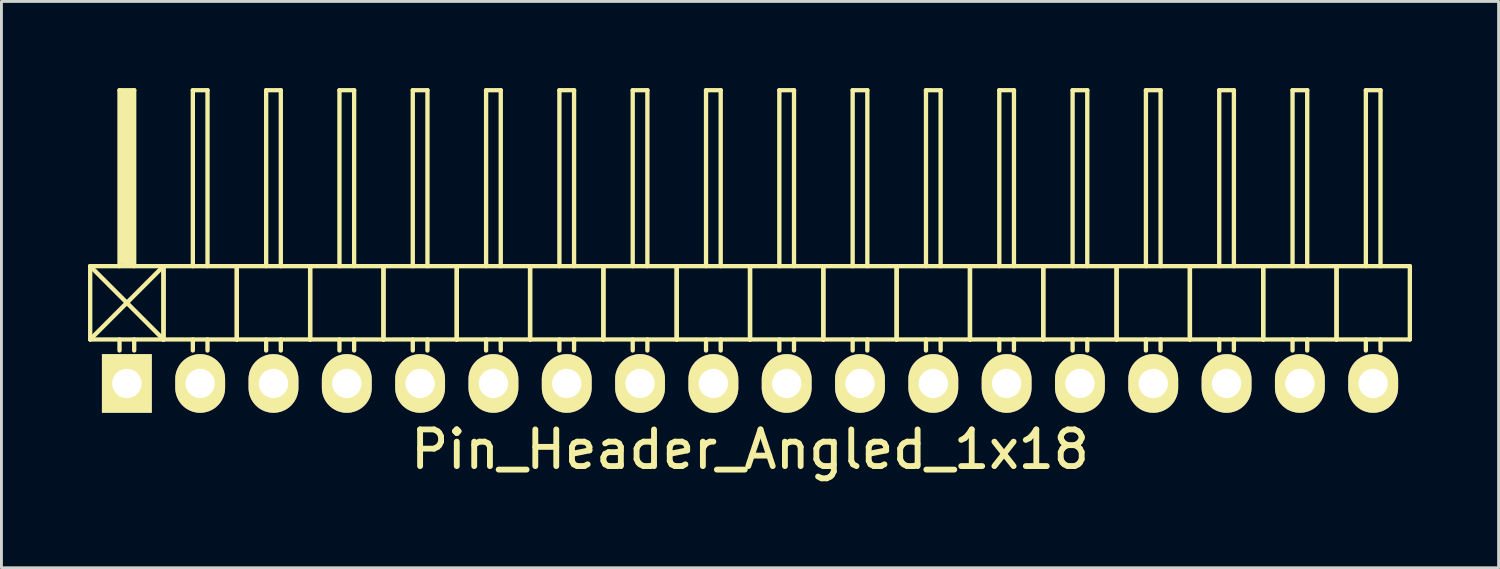
<source format=kicad_pcb>
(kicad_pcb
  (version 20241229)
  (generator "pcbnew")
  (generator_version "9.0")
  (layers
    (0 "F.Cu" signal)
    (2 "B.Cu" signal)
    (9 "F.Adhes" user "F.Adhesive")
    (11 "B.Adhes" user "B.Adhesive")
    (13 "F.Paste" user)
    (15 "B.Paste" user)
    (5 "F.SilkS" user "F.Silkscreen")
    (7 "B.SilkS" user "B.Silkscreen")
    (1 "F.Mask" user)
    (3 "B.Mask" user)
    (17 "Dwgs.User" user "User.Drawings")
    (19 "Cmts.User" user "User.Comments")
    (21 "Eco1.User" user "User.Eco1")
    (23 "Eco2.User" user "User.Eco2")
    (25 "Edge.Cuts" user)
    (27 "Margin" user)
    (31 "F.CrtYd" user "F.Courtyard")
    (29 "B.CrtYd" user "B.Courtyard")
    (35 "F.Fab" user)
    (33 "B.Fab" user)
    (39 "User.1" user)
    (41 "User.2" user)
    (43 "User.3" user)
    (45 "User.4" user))
  (footprint "Pin_Header_Angled_1x18"
    (layer "F.Cu")
    (at 22.935 10.235)
    (property "Reference" "Pin_Header_Angled_1x18" (at 0 2.286 0) (layer "F.SilkS") (effects (font (size 1.27 1.27) (thickness 0.203))))
    (attr through_hole)
    (fp_line (start -22.86 -4.064) (end -20.32 -1.524) (stroke (width 0.15) (type solid)) (layer "F.SilkS"))
    (fp_line (start -22.86 -1.524) (end -22.86 -4.064) (stroke (width 0.15) (type solid)) (layer "F.SilkS"))
    (fp_line (start -22.86 -1.524) (end -20.32 -1.524) (stroke (width 0.15) (type solid)) (layer "F.SilkS"))
    (fp_line (start -21.844 -10.16) (end -21.336 -10.16) (stroke (width 0.15) (type solid)) (layer "F.SilkS"))
    (fp_line (start -21.844 -4.064) (end -21.844 -10.16) (stroke (width 0.15) (type solid)) (layer "F.SilkS"))
    (fp_line (start -21.844 -1.524) (end -21.844 -1.143) (stroke (width 0.15) (type solid)) (layer "F.SilkS"))
    (fp_line (start -21.717 -10.033) (end -21.463 -10.033) (stroke (width 0.15) (type solid)) (layer "F.SilkS"))
    (fp_line (start -21.717 -4.191) (end -21.717 -10.033) (stroke (width 0.15) (type solid)) (layer "F.SilkS"))
    (fp_line (start -21.59 -4.191) (end -21.59 -10.033) (stroke (width 0.15) (type solid)) (layer "F.SilkS"))
    (fp_line (start -21.463 -10.033) (end -21.463 -4.191) (stroke (width 0.15) (type solid)) (layer "F.SilkS"))
    (fp_line (start -21.463 -4.191) (end -21.59 -4.191) (stroke (width 0.15) (type solid)) (layer "F.SilkS"))
    (fp_line (start -21.336 -10.16) (end -21.336 -4.064) (stroke (width 0.15) (type solid)) (layer "F.SilkS"))
    (fp_line (start -21.336 -1.524) (end -21.336 -1.143) (stroke (width 0.15) (type solid)) (layer "F.SilkS"))
    (fp_line (start -20.32 -4.064) (end -22.86 -4.064) (stroke (width 0.15) (type solid)) (layer "F.SilkS"))
    (fp_line (start -20.32 -4.064) (end -22.86 -1.524) (stroke (width 0.15) (type solid)) (layer "F.SilkS"))
    (fp_line (start -20.32 -1.524) (end -20.32 -4.064) (stroke (width 0.15) (type solid)) (layer "F.SilkS"))
    (fp_line (start -20.32 -1.524) (end -20.32 -4.064) (stroke (width 0.15) (type solid)) (layer "F.SilkS"))
    (fp_line (start -20.32 -1.524) (end -17.78 -1.524) (stroke (width 0.15) (type solid)) (layer "F.SilkS"))
    (fp_line (start -19.304 -10.16) (end -18.796 -10.16) (stroke (width 0.15) (type solid)) (layer "F.SilkS"))
    (fp_line (start -19.304 -4.064) (end -19.304 -10.16) (stroke (width 0.15) (type solid)) (layer "F.SilkS"))
    (fp_line (start -19.304 -1.524) (end -19.304 -1.143) (stroke (width 0.15) (type solid)) (layer "F.SilkS"))
    (fp_line (start -18.796 -10.16) (end -18.796 -4.064) (stroke (width 0.15) (type solid)) (layer "F.SilkS"))
    (fp_line (start -18.796 -1.524) (end -18.796 -1.143) (stroke (width 0.15) (type solid)) (layer "F.SilkS"))
    (fp_line (start -17.78 -4.064) (end -20.32 -4.064) (stroke (width 0.15) (type solid)) (layer "F.SilkS"))
    (fp_line (start -17.78 -1.524) (end -17.78 -4.064) (stroke (width 0.15) (type solid)) (layer "F.SilkS"))
    (fp_line (start -17.78 -1.524) (end -17.78 -4.064) (stroke (width 0.15) (type solid)) (layer "F.SilkS"))
    (fp_line (start -17.78 -1.524) (end -15.24 -1.524) (stroke (width 0.15) (type solid)) (layer "F.SilkS"))
    (fp_line (start -16.764 -10.16) (end -16.256 -10.16) (stroke (width 0.15) (type solid)) (layer "F.SilkS"))
    (fp_line (start -16.764 -4.064) (end -16.764 -10.16) (stroke (width 0.15) (type solid)) (layer "F.SilkS"))
    (fp_line (start -16.764 -1.524) (end -16.764 -1.143) (stroke (width 0.15) (type solid)) (layer "F.SilkS"))
    (fp_line (start -16.256 -10.16) (end -16.256 -4.064) (stroke (width 0.15) (type solid)) (layer "F.SilkS"))
    (fp_line (start -16.256 -1.524) (end -16.256 -1.143) (stroke (width 0.15) (type solid)) (layer "F.SilkS"))
    (fp_line (start -15.24 -4.064) (end -17.78 -4.064) (stroke (width 0.15) (type solid)) (layer "F.SilkS"))
    (fp_line (start -15.24 -1.524) (end -15.24 -4.064) (stroke (width 0.15) (type solid)) (layer "F.SilkS"))
    (fp_line (start -15.24 -1.524) (end -15.24 -4.064) (stroke (width 0.15) (type solid)) (layer "F.SilkS"))
    (fp_line (start -15.24 -1.524) (end -12.7 -1.524) (stroke (width 0.15) (type solid)) (layer "F.SilkS"))
    (fp_line (start -14.224 -10.16) (end -13.716 -10.16) (stroke (width 0.15) (type solid)) (layer "F.SilkS"))
    (fp_line (start -14.224 -4.064) (end -14.224 -10.16) (stroke (width 0.15) (type solid)) (layer "F.SilkS"))
    (fp_line (start -14.224 -1.524) (end -14.224 -1.143) (stroke (width 0.15) (type solid)) (layer "F.SilkS"))
    (fp_line (start -13.716 -10.16) (end -13.716 -4.064) (stroke (width 0.15) (type solid)) (layer "F.SilkS"))
    (fp_line (start -13.716 -1.524) (end -13.716 -1.143) (stroke (width 0.15) (type solid)) (layer "F.SilkS"))
    (fp_line (start -12.7 -4.064) (end -15.24 -4.064) (stroke (width 0.15) (type solid)) (layer "F.SilkS"))
    (fp_line (start -12.7 -1.524) (end -12.7 -4.064) (stroke (width 0.15) (type solid)) (layer "F.SilkS"))
    (fp_line (start -12.7 -1.524) (end -12.7 -4.064) (stroke (width 0.15) (type solid)) (layer "F.SilkS"))
    (fp_line (start -12.7 -1.524) (end -10.16 -1.524) (stroke (width 0.15) (type solid)) (layer "F.SilkS"))
    (fp_line (start -11.684 -10.16) (end -11.176 -10.16) (stroke (width 0.15) (type solid)) (layer "F.SilkS"))
    (fp_line (start -11.684 -4.064) (end -11.684 -10.16) (stroke (width 0.15) (type solid)) (layer "F.SilkS"))
    (fp_line (start -11.684 -1.524) (end -11.684 -1.143) (stroke (width 0.15) (type solid)) (layer "F.SilkS"))
    (fp_line (start -11.176 -10.16) (end -11.176 -4.064) (stroke (width 0.15) (type solid)) (layer "F.SilkS"))
    (fp_line (start -11.176 -1.524) (end -11.176 -1.143) (stroke (width 0.15) (type solid)) (layer "F.SilkS"))
    (fp_line (start -10.16 -4.064) (end -12.7 -4.064) (stroke (width 0.15) (type solid)) (layer "F.SilkS"))
    (fp_line (start -10.16 -1.524) (end -10.16 -4.064) (stroke (width 0.15) (type solid)) (layer "F.SilkS"))
    (fp_line (start -10.16 -1.524) (end -10.16 -4.064) (stroke (width 0.15) (type solid)) (layer "F.SilkS"))
    (fp_line (start -10.16 -1.524) (end -7.62 -1.524) (stroke (width 0.15) (type solid)) (layer "F.SilkS"))
    (fp_line (start -9.144 -10.16) (end -8.636 -10.16) (stroke (width 0.15) (type solid)) (layer "F.SilkS"))
    (fp_line (start -9.144 -4.064) (end -9.144 -10.16) (stroke (width 0.15) (type solid)) (layer "F.SilkS"))
    (fp_line (start -9.144 -1.524) (end -9.144 -1.143) (stroke (width 0.15) (type solid)) (layer "F.SilkS"))
    (fp_line (start -8.636 -10.16) (end -8.636 -4.064) (stroke (width 0.15) (type solid)) (layer "F.SilkS"))
    (fp_line (start -8.636 -1.524) (end -8.636 -1.143) (stroke (width 0.15) (type solid)) (layer "F.SilkS"))
    (fp_line (start -7.62 -4.064) (end -10.16 -4.064) (stroke (width 0.15) (type solid)) (layer "F.SilkS"))
    (fp_line (start -7.62 -1.524) (end -7.62 -4.064) (stroke (width 0.15) (type solid)) (layer "F.SilkS"))
    (fp_line (start -7.62 -1.524) (end -7.62 -4.064) (stroke (width 0.15) (type solid)) (layer "F.SilkS"))
    (fp_line (start -7.62 -1.524) (end -5.08 -1.524) (stroke (width 0.15) (type solid)) (layer "F.SilkS"))
    (fp_line (start -6.604 -10.16) (end -6.096 -10.16) (stroke (width 0.15) (type solid)) (layer "F.SilkS"))
    (fp_line (start -6.604 -4.064) (end -6.604 -10.16) (stroke (width 0.15) (type solid)) (layer "F.SilkS"))
    (fp_line (start -6.604 -1.524) (end -6.604 -1.143) (stroke (width 0.15) (type solid)) (layer "F.SilkS"))
    (fp_line (start -6.096 -10.16) (end -6.096 -4.064) (stroke (width 0.15) (type solid)) (layer "F.SilkS"))
    (fp_line (start -6.096 -1.524) (end -6.096 -1.143) (stroke (width 0.15) (type solid)) (layer "F.SilkS"))
    (fp_line (start -5.08 -4.064) (end -7.62 -4.064) (stroke (width 0.15) (type solid)) (layer "F.SilkS"))
    (fp_line (start -5.08 -1.524) (end -5.08 -4.064) (stroke (width 0.15) (type solid)) (layer "F.SilkS"))
    (fp_line (start -5.08 -1.524) (end -5.08 -4.064) (stroke (width 0.15) (type solid)) (layer "F.SilkS"))
    (fp_line (start -5.08 -1.524) (end -2.54 -1.524) (stroke (width 0.15) (type solid)) (layer "F.SilkS"))
    (fp_line (start -4.064 -10.16) (end -3.556 -10.16) (stroke (width 0.15) (type solid)) (layer "F.SilkS"))
    (fp_line (start -4.064 -4.064) (end -4.064 -10.16) (stroke (width 0.15) (type solid)) (layer "F.SilkS"))
    (fp_line (start -4.064 -1.524) (end -4.064 -1.143) (stroke (width 0.15) (type solid)) (layer "F.SilkS"))
    (fp_line (start -3.556 -10.16) (end -3.556 -4.064) (stroke (width 0.15) (type solid)) (layer "F.SilkS"))
    (fp_line (start -3.556 -1.524) (end -3.556 -1.143) (stroke (width 0.15) (type solid)) (layer "F.SilkS"))
    (fp_line (start -2.54 -4.064) (end -5.08 -4.064) (stroke (width 0.15) (type solid)) (layer "F.SilkS"))
    (fp_line (start -2.54 -1.524) (end -2.54 -4.064) (stroke (width 0.15) (type solid)) (layer "F.SilkS"))
    (fp_line (start -2.54 -1.524) (end -2.54 -4.064) (stroke (width 0.15) (type solid)) (layer "F.SilkS"))
    (fp_line (start -2.54 -1.524) (end 0 -1.524) (stroke (width 0.15) (type solid)) (layer "F.SilkS"))
    (fp_line (start -1.524 -10.16) (end -1.016 -10.16) (stroke (width 0.15) (type solid)) (layer "F.SilkS"))
    (fp_line (start -1.524 -4.064) (end -1.524 -10.16) (stroke (width 0.15) (type solid)) (layer "F.SilkS"))
    (fp_line (start -1.524 -1.524) (end -1.524 -1.143) (stroke (width 0.15) (type solid)) (layer "F.SilkS"))
    (fp_line (start -1.016 -10.16) (end -1.016 -4.064) (stroke (width 0.15) (type solid)) (layer "F.SilkS"))
    (fp_line (start -1.016 -1.524) (end -1.016 -1.143) (stroke (width 0.15) (type solid)) (layer "F.SilkS"))
    (fp_line (start 0 -4.064) (end -2.54 -4.064) (stroke (width 0.15) (type solid)) (layer "F.SilkS"))
    (fp_line (start 0 -1.524) (end 0 -4.064) (stroke (width 0.15) (type solid)) (layer "F.SilkS"))
    (fp_line (start 0 -1.524) (end 0 -4.064) (stroke (width 0.15) (type solid)) (layer "F.SilkS"))
    (fp_line (start 0 -1.524) (end 2.54 -1.524) (stroke (width 0.15) (type solid)) (layer "F.SilkS"))
    (fp_line (start 1.016 -10.16) (end 1.524 -10.16) (stroke (width 0.15) (type solid)) (layer "F.SilkS"))
    (fp_line (start 1.016 -4.064) (end 1.016 -10.16) (stroke (width 0.15) (type solid)) (layer "F.SilkS"))
    (fp_line (start 1.016 -1.524) (end 1.016 -1.143) (stroke (width 0.15) (type solid)) (layer "F.SilkS"))
    (fp_line (start 1.524 -10.16) (end 1.524 -4.064) (stroke (width 0.15) (type solid)) (layer "F.SilkS"))
    (fp_line (start 1.524 -1.524) (end 1.524 -1.143) (stroke (width 0.15) (type solid)) (layer "F.SilkS"))
    (fp_line (start 2.54 -4.064) (end 0 -4.064) (stroke (width 0.15) (type solid)) (layer "F.SilkS"))
    (fp_line (start 2.54 -1.524) (end 2.54 -4.064) (stroke (width 0.15) (type solid)) (layer "F.SilkS"))
    (fp_line (start 2.54 -1.524) (end 2.54 -4.064) (stroke (width 0.15) (type solid)) (layer "F.SilkS"))
    (fp_line (start 2.54 -1.524) (end 5.08 -1.524) (stroke (width 0.15) (type solid)) (layer "F.SilkS"))
    (fp_line (start 3.556 -10.16) (end 4.064 -10.16) (stroke (width 0.15) (type solid)) (layer "F.SilkS"))
    (fp_line (start 3.556 -4.064) (end 3.556 -10.16) (stroke (width 0.15) (type solid)) (layer "F.SilkS"))
    (fp_line (start 3.556 -1.524) (end 3.556 -1.143) (stroke (width 0.15) (type solid)) (layer "F.SilkS"))
    (fp_line (start 4.064 -10.16) (end 4.064 -4.064) (stroke (width 0.15) (type solid)) (layer "F.SilkS"))
    (fp_line (start 4.064 -1.524) (end 4.064 -1.143) (stroke (width 0.15) (type solid)) (layer "F.SilkS"))
    (fp_line (start 5.08 -4.064) (end 2.54 -4.064) (stroke (width 0.15) (type solid)) (layer "F.SilkS"))
    (fp_line (start 5.08 -1.524) (end 5.08 -4.064) (stroke (width 0.15) (type solid)) (layer "F.SilkS"))
    (fp_line (start 5.08 -1.524) (end 5.08 -4.064) (stroke (width 0.15) (type solid)) (layer "F.SilkS"))
    (fp_line (start 5.08 -1.524) (end 7.62 -1.524) (stroke (width 0.15) (type solid)) (layer "F.SilkS"))
    (fp_line (start 6.096 -10.16) (end 6.604 -10.16) (stroke (width 0.15) (type solid)) (layer "F.SilkS"))
    (fp_line (start 6.096 -4.064) (end 6.096 -10.16) (stroke (width 0.15) (type solid)) (layer "F.SilkS"))
    (fp_line (start 6.096 -1.524) (end 6.096 -1.143) (stroke (width 0.15) (type solid)) (layer "F.SilkS"))
    (fp_line (start 6.604 -10.16) (end 6.604 -4.064) (stroke (width 0.15) (type solid)) (layer "F.SilkS"))
    (fp_line (start 6.604 -1.524) (end 6.604 -1.143) (stroke (width 0.15) (type solid)) (layer "F.SilkS"))
    (fp_line (start 7.62 -4.064) (end 5.08 -4.064) (stroke (width 0.15) (type solid)) (layer "F.SilkS"))
    (fp_line (start 7.62 -1.524) (end 7.62 -4.064) (stroke (width 0.15) (type solid)) (layer "F.SilkS"))
    (fp_line (start 7.62 -1.524) (end 7.62 -4.064) (stroke (width 0.15) (type solid)) (layer "F.SilkS"))
    (fp_line (start 7.62 -1.524) (end 10.16 -1.524) (stroke (width 0.15) (type solid)) (layer "F.SilkS"))
    (fp_line (start 8.636 -10.16) (end 9.144 -10.16) (stroke (width 0.15) (type solid)) (layer "F.SilkS"))
    (fp_line (start 8.636 -4.064) (end 8.636 -10.16) (stroke (width 0.15) (type solid)) (layer "F.SilkS"))
    (fp_line (start 8.636 -1.524) (end 8.636 -1.143) (stroke (width 0.15) (type solid)) (layer "F.SilkS"))
    (fp_line (start 9.144 -10.16) (end 9.144 -4.064) (stroke (width 0.15) (type solid)) (layer "F.SilkS"))
    (fp_line (start 9.144 -1.524) (end 9.144 -1.143) (stroke (width 0.15) (type solid)) (layer "F.SilkS"))
    (fp_line (start 10.16 -4.064) (end 7.62 -4.064) (stroke (width 0.15) (type solid)) (layer "F.SilkS"))
    (fp_line (start 10.16 -1.524) (end 10.16 -4.064) (stroke (width 0.15) (type solid)) (layer "F.SilkS"))
    (fp_line (start 10.16 -1.524) (end 10.16 -4.064) (stroke (width 0.15) (type solid)) (layer "F.SilkS"))
    (fp_line (start 10.16 -1.524) (end 12.7 -1.524) (stroke (width 0.15) (type solid)) (layer "F.SilkS"))
    (fp_line (start 11.176 -10.16) (end 11.684 -10.16) (stroke (width 0.15) (type solid)) (layer "F.SilkS"))
    (fp_line (start 11.176 -4.064) (end 11.176 -10.16) (stroke (width 0.15) (type solid)) (layer "F.SilkS"))
    (fp_line (start 11.176 -1.524) (end 11.176 -1.143) (stroke (width 0.15) (type solid)) (layer "F.SilkS"))
    (fp_line (start 11.684 -10.16) (end 11.684 -4.064) (stroke (width 0.15) (type solid)) (layer "F.SilkS"))
    (fp_line (start 11.684 -1.524) (end 11.684 -1.143) (stroke (width 0.15) (type solid)) (layer "F.SilkS"))
    (fp_line (start 12.7 -4.064) (end 10.16 -4.064) (stroke (width 0.15) (type solid)) (layer "F.SilkS"))
    (fp_line (start 12.7 -1.524) (end 12.7 -4.064) (stroke (width 0.15) (type solid)) (layer "F.SilkS"))
    (fp_line (start 12.7 -1.524) (end 12.7 -4.064) (stroke (width 0.15) (type solid)) (layer "F.SilkS"))
    (fp_line (start 12.7 -1.524) (end 15.24 -1.524) (stroke (width 0.15) (type solid)) (layer "F.SilkS"))
    (fp_line (start 13.716 -10.16) (end 14.224 -10.16) (stroke (width 0.15) (type solid)) (layer "F.SilkS"))
    (fp_line (start 13.716 -4.064) (end 13.716 -10.16) (stroke (width 0.15) (type solid)) (layer "F.SilkS"))
    (fp_line (start 13.716 -1.524) (end 13.716 -1.143) (stroke (width 0.15) (type solid)) (layer "F.SilkS"))
    (fp_line (start 14.224 -10.16) (end 14.224 -4.064) (stroke (width 0.15) (type solid)) (layer "F.SilkS"))
    (fp_line (start 14.224 -1.524) (end 14.224 -1.143) (stroke (width 0.15) (type solid)) (layer "F.SilkS"))
    (fp_line (start 15.24 -4.064) (end 12.7 -4.064) (stroke (width 0.15) (type solid)) (layer "F.SilkS"))
    (fp_line (start 15.24 -1.524) (end 15.24 -4.064) (stroke (width 0.15) (type solid)) (layer "F.SilkS"))
    (fp_line (start 15.24 -1.524) (end 15.24 -4.064) (stroke (width 0.15) (type solid)) (layer "F.SilkS"))
    (fp_line (start 15.24 -1.524) (end 17.78 -1.524) (stroke (width 0.15) (type solid)) (layer "F.SilkS"))
    (fp_line (start 16.256 -10.16) (end 16.764 -10.16) (stroke (width 0.15) (type solid)) (layer "F.SilkS"))
    (fp_line (start 16.256 -4.064) (end 16.256 -10.16) (stroke (width 0.15) (type solid)) (layer "F.SilkS"))
    (fp_line (start 16.256 -1.524) (end 16.256 -1.143) (stroke (width 0.15) (type solid)) (layer "F.SilkS"))
    (fp_line (start 16.764 -10.16) (end 16.764 -4.064) (stroke (width 0.15) (type solid)) (layer "F.SilkS"))
    (fp_line (start 16.764 -1.524) (end 16.764 -1.143) (stroke (width 0.15) (type solid)) (layer "F.SilkS"))
    (fp_line (start 17.78 -4.064) (end 15.24 -4.064) (stroke (width 0.15) (type solid)) (layer "F.SilkS"))
    (fp_line (start 17.78 -1.524) (end 17.78 -4.064) (stroke (width 0.15) (type solid)) (layer "F.SilkS"))
    (fp_line (start 17.78 -1.524) (end 17.78 -4.064) (stroke (width 0.15) (type solid)) (layer "F.SilkS"))
    (fp_line (start 17.78 -1.524) (end 20.32 -1.524) (stroke (width 0.15) (type solid)) (layer "F.SilkS"))
    (fp_line (start 18.796 -10.16) (end 19.304 -10.16) (stroke (width 0.15) (type solid)) (layer "F.SilkS"))
    (fp_line (start 18.796 -4.064) (end 18.796 -10.16) (stroke (width 0.15) (type solid)) (layer "F.SilkS"))
    (fp_line (start 18.796 -1.524) (end 18.796 -1.143) (stroke (width 0.15) (type solid)) (layer "F.SilkS"))
    (fp_line (start 19.304 -10.16) (end 19.304 -4.064) (stroke (width 0.15) (type solid)) (layer "F.SilkS"))
    (fp_line (start 19.304 -1.524) (end 19.304 -1.143) (stroke (width 0.15) (type solid)) (layer "F.SilkS"))
    (fp_line (start 20.32 -4.064) (end 17.78 -4.064) (stroke (width 0.15) (type solid)) (layer "F.SilkS"))
    (fp_line (start 20.32 -1.524) (end 20.32 -4.064) (stroke (width 0.15) (type solid)) (layer "F.SilkS"))
    (fp_line (start 20.32 -1.524) (end 20.32 -4.064) (stroke (width 0.15) (type solid)) (layer "F.SilkS"))
    (fp_line (start 20.32 -1.524) (end 22.86 -1.524) (stroke (width 0.15) (type solid)) (layer "F.SilkS"))
    (fp_line (start 21.336 -10.16) (end 21.844 -10.16) (stroke (width 0.15) (type solid)) (layer "F.SilkS"))
    (fp_line (start 21.336 -4.064) (end 21.336 -10.16) (stroke (width 0.15) (type solid)) (layer "F.SilkS"))
    (fp_line (start 21.336 -1.524) (end 21.336 -1.143) (stroke (width 0.15) (type solid)) (layer "F.SilkS"))
    (fp_line (start 21.844 -10.16) (end 21.844 -4.064) (stroke (width 0.15) (type solid)) (layer "F.SilkS"))
    (fp_line (start 21.844 -1.524) (end 21.844 -1.143) (stroke (width 0.15) (type solid)) (layer "F.SilkS"))
    (fp_line (start 22.86 -4.064) (end 20.32 -4.064) (stroke (width 0.15) (type solid)) (layer "F.SilkS"))
    (fp_line (start 22.86 -1.524) (end 22.86 -4.064) (stroke (width 0.15) (type solid)) (layer "F.SilkS"))
    (pad "1" thru_hole rect (at -21.59 0) (size 1.727 2.032) (drill 1.016) (layers "*.Cu" "*.Mask" "F.SilkS"))
    (pad "2" thru_hole oval (at -19.05 0) (size 1.727 2.032) (drill 1.016) (layers "*.Cu" "*.Mask" "F.SilkS"))
    (pad "3" thru_hole oval (at -16.51 0) (size 1.727 2.032) (drill 1.016) (layers "*.Cu" "*.Mask" "F.SilkS"))
    (pad "4" thru_hole oval (at -13.97 0) (size 1.727 2.032) (drill 1.016) (layers "*.Cu" "*.Mask" "F.SilkS"))
    (pad "5" thru_hole oval (at -11.43 0) (size 1.727 2.032) (drill 1.016) (layers "*.Cu" "*.Mask" "F.SilkS"))
    (pad "6" thru_hole oval (at -8.89 0) (size 1.727 2.032) (drill 1.016) (layers "*.Cu" "*.Mask" "F.SilkS"))
    (pad "7" thru_hole oval (at -6.35 0) (size 1.727 2.032) (drill 1.016) (layers "*.Cu" "*.Mask" "F.SilkS"))
    (pad "8" thru_hole oval (at -3.81 0) (size 1.727 2.032) (drill 1.016) (layers "*.Cu" "*.Mask" "F.SilkS"))
    (pad "9" thru_hole oval (at -1.27 0) (size 1.727 2.032) (drill 1.016) (layers "*.Cu" "*.Mask" "F.SilkS"))
    (pad "10" thru_hole oval (at 1.27 0) (size 1.727 2.032) (drill 1.016) (layers "*.Cu" "*.Mask" "F.SilkS"))
    (pad "11" thru_hole oval (at 3.81 0) (size 1.727 2.032) (drill 1.016) (layers "*.Cu" "*.Mask" "F.SilkS"))
    (pad "12" thru_hole oval (at 6.35 0) (size 1.727 2.032) (drill 1.016) (layers "*.Cu" "*.Mask" "F.SilkS"))
    (pad "13" thru_hole oval (at 8.89 0) (size 1.727 2.032) (drill 1.016) (layers "*.Cu" "*.Mask" "F.SilkS"))
    (pad "14" thru_hole oval (at 11.43 0) (size 1.727 2.032) (drill 1.016) (layers "*.Cu" "*.Mask" "F.SilkS"))
    (pad "15" thru_hole oval (at 13.97 0) (size 1.727 2.032) (drill 1.016) (layers "*.Cu" "*.Mask" "F.SilkS"))
    (pad "16" thru_hole oval (at 16.51 0) (size 1.727 2.032) (drill 1.016) (layers "*.Cu" "*.Mask" "F.SilkS"))
    (pad "17" thru_hole oval (at 19.05 0) (size 1.727 2.032) (drill 1.016) (layers "*.Cu" "*.Mask" "F.SilkS"))
    (pad "18" thru_hole oval (at 21.59 0) (size 1.727 2.032) (drill 1.016) (layers "*.Cu" "*.Mask" "F.SilkS")))
  (gr_rect
    (start -3 -3)
    (end 48.87 16.621)
    (stroke (width 0.1) (type default))
    (fill no)
    (layer "Edge.Cuts")))
</source>
